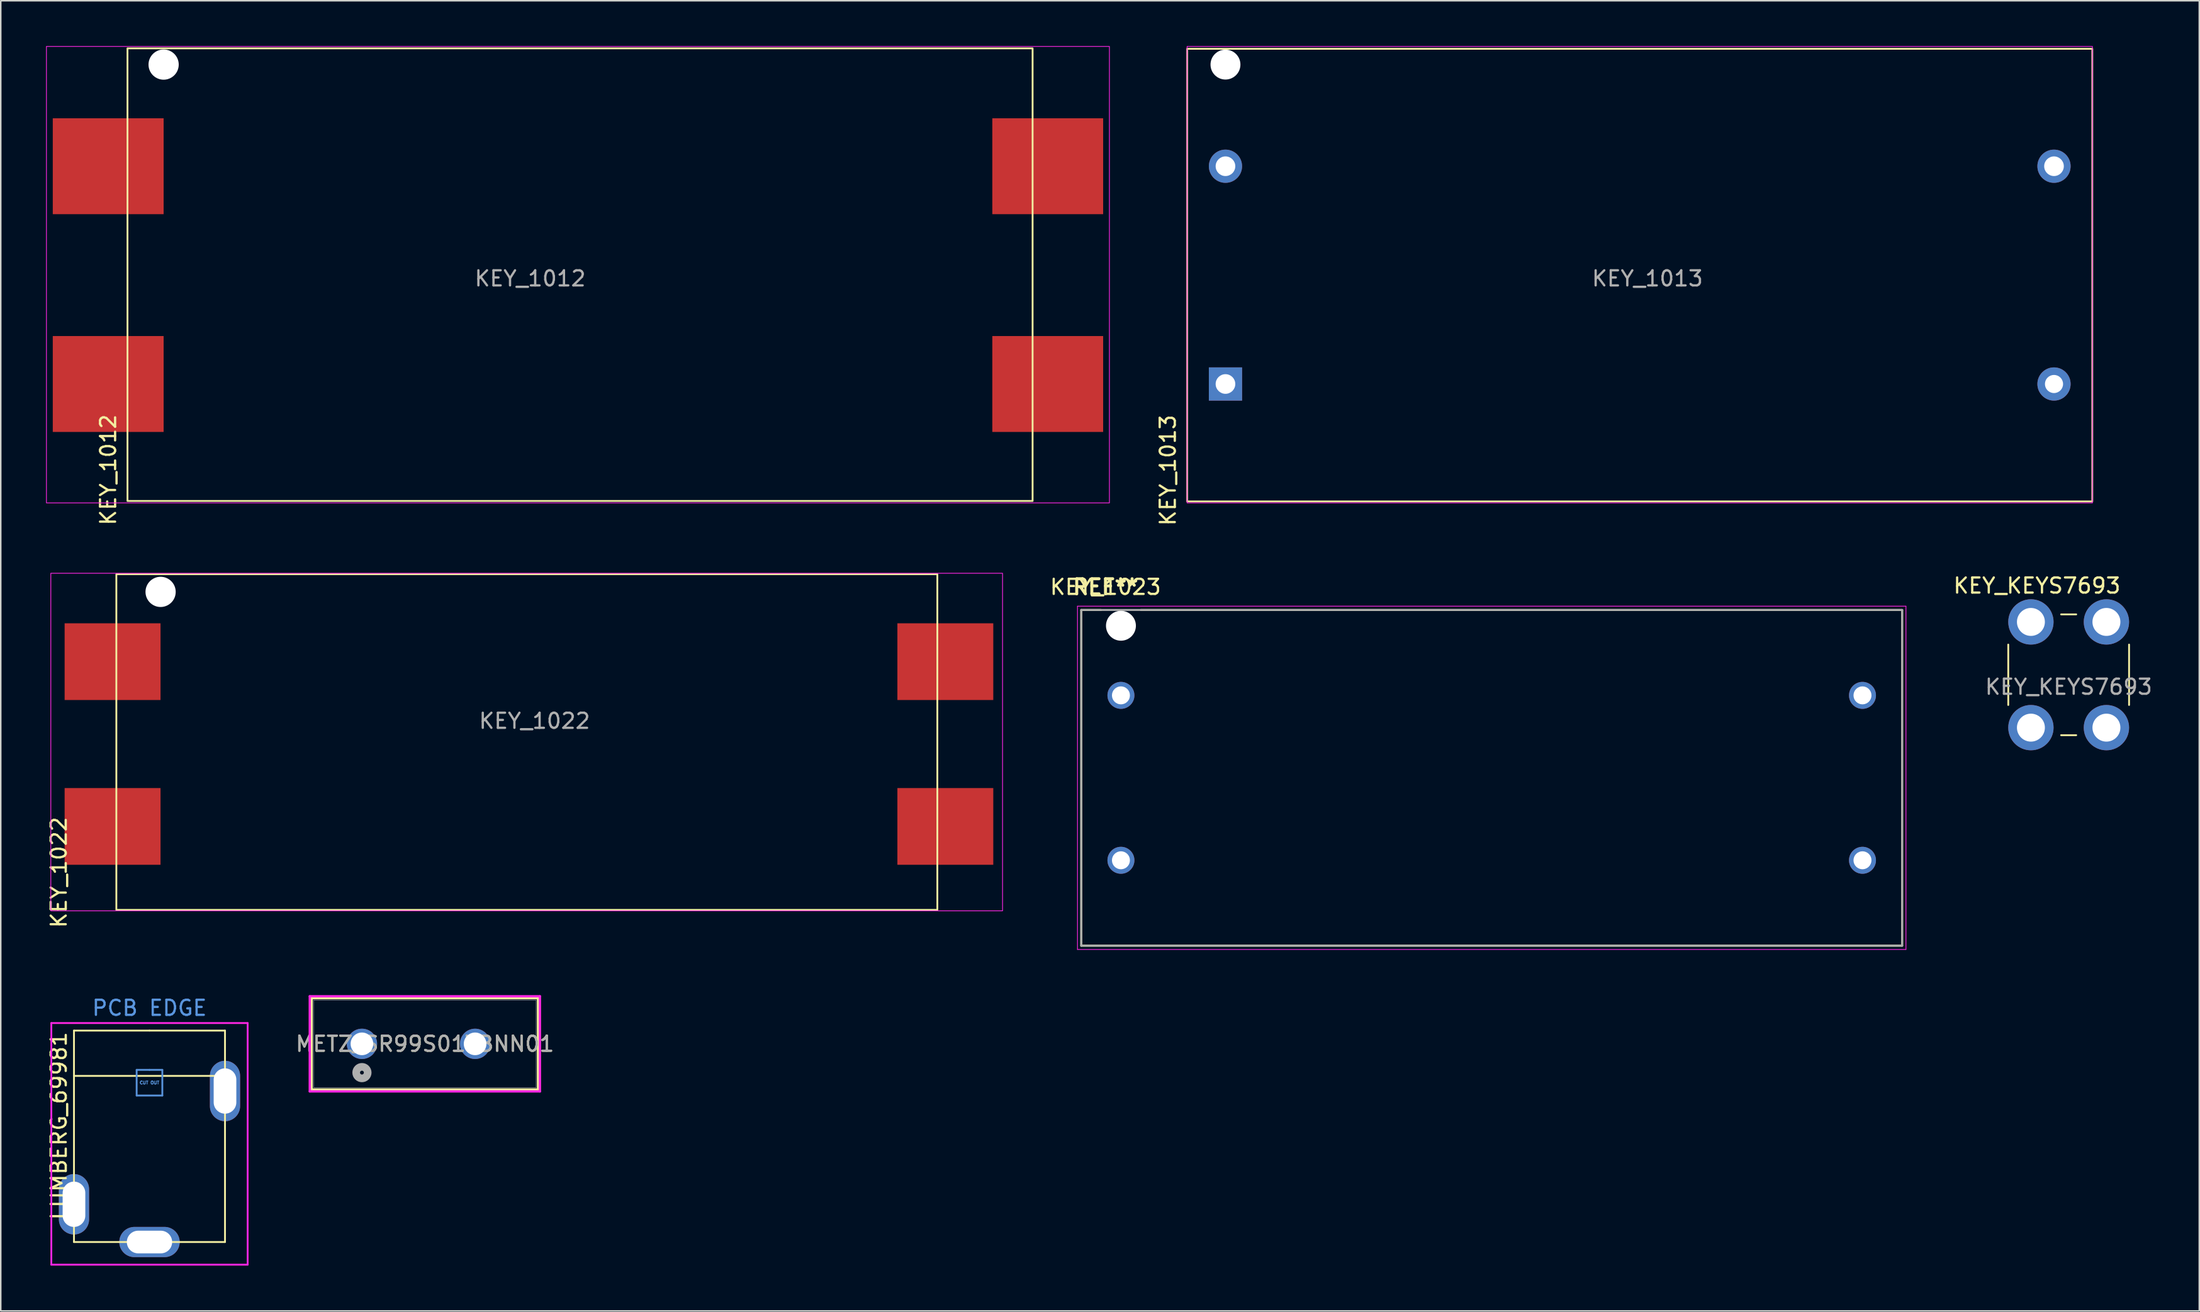
<source format=kicad_pcb>
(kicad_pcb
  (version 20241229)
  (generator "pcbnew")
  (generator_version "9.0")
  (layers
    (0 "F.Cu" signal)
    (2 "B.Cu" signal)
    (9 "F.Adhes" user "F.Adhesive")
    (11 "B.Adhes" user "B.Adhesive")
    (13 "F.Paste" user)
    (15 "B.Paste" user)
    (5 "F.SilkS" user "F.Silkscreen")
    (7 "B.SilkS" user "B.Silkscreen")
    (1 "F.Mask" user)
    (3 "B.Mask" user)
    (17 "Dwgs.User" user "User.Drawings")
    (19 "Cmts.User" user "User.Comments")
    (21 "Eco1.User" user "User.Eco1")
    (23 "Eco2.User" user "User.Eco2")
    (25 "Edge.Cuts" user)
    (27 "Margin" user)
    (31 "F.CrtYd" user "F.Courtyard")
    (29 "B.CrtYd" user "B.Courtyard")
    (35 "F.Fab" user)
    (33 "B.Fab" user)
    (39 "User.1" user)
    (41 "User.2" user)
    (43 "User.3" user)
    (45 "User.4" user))
  (footprint "METZ_SR99S01VBNN01"
    (layer "F.Cu")
    (at 20.915 66.07)
    (property "Reference" "METZ_SR99S01VBNN01" (at 4.166 0 0) (unlocked yes) (layer "F.SilkS") (effects (font (size 1 1) (thickness 0.15))))
    (attr through_hole)
    (fp_line (start -3.327 -3.023) (end -3.327 3.023) (stroke (width 0.152) (type solid)) (layer "F.SilkS"))
    (fp_line (start -3.327 3.023) (end 11.659 3.023) (stroke (width 0.152) (type solid)) (layer "F.SilkS"))
    (fp_line (start 11.659 -3.023) (end -3.327 -3.023) (stroke (width 0.152) (type solid)) (layer "F.SilkS"))
    (fp_line (start 11.659 3.023) (end 11.659 -3.023) (stroke (width 0.152) (type solid)) (layer "F.SilkS"))
    (fp_line (start -3.454 -3.15) (end -3.454 3.15) (stroke (width 0.152) (type solid)) (layer "F.CrtYd"))
    (fp_line (start -3.454 3.15) (end 11.786 3.15) (stroke (width 0.152) (type solid)) (layer "F.CrtYd"))
    (fp_line (start 11.786 -3.15) (end -3.454 -3.15) (stroke (width 0.152) (type solid)) (layer "F.CrtYd"))
    (fp_line (start 11.786 3.15) (end 11.786 -3.15) (stroke (width 0.152) (type solid)) (layer "F.CrtYd"))
    (fp_line (start -3.2 -2.896) (end -3.2 2.896) (stroke (width 0.025) (type solid)) (layer "F.Fab"))
    (fp_line (start -3.2 2.896) (end 11.532 2.896) (stroke (width 0.025) (type solid)) (layer "F.Fab"))
    (fp_line (start 11.532 -2.896) (end -3.2 -2.896) (stroke (width 0.025) (type solid)) (layer "F.Fab"))
    (fp_line (start 11.532 2.896) (end 11.532 -2.896) (stroke (width 0.025) (type solid)) (layer "F.Fab"))
    (fp_circle (center 0 1.905) (end 0.381 1.905) (stroke (width 0.508) (type solid)) (fill no) (layer "F.Fab"))
    (fp_text user "${REFERENCE}" (at 4.166 0 0) (unlocked yes) (layer "F.Fab") (effects (font (size 1 1) (thickness 0.15))))
    (pad "1" thru_hole circle (at 0 0) (size 2.007 2.007) (drill 1.499) (layers "*.Cu" "*.Mask"))
    (pad "1" thru_hole circle (at 7.493 0) (size 2.007 2.007) (drill 1.499) (layers "*.Cu" "*.Mask")))
  (footprint "KEY_1022"
    (layer "F.Cu")
    (at 4.404 51.673)
    (property "Reference" "KEY_1022" (at -3.556 3.048 90) (unlocked yes) (layer "F.SilkS") (effects (font (size 1 1) (thickness 0.15))))
    (attr smd)
    (fp_rect (start 0.25 -16.703) (end 54.61 5.527) (stroke (width 0.12) (type default)) (fill no) (layer "F.SilkS"))
    (fp_rect (start -4.089 -16.764) (end 58.928 5.588) (stroke (width 0.05) (type default)) (fill no) (layer "F.CrtYd"))
    (fp_text user "${REFERENCE}" (at 27.94 -6.985 0) (unlocked yes) (layer "F.Fab") (effects (font (size 1 1) (thickness 0.15))))
    (pad "" np_thru_hole circle (at 3.18 -15.53) (size 2 2) (drill 2) (layers "*.Cu" "*.Mask"))
    (pad "1" smd rect (at 0 0) (size 6.35 5.08) (layers "F.Cu" "F.Mask" "F.Paste"))
    (pad "2" smd rect (at 55.14 0 90) (size 5.08 6.35) (layers "F.Cu" "F.Mask" "F.Paste"))
    (pad "3" smd rect (at 55.14 -10.91 90) (size 5.08 6.35) (layers "F.Cu" "F.Mask" "F.Paste"))
    (pad "4" smd rect (at 0 -10.91) (size 6.35 5.08) (layers "F.Cu" "F.Mask" "F.Paste")))
  (footprint "KEY_1023"
    (layer "F.Cu")
    (at 95.149 47.82)
    (property "Reference" "KEY_1023" (at -25 -12 0) (unlocked yes) (layer "F.SilkS") (effects (font (size 1 1) (thickness 0.15))))
    (attr through_hole)
    (fp_line (start -26.606 -10.48) (end -25.298 -10.48) (stroke (width 0.127) (type solid)) (layer "F.SilkS"))
    (fp_line (start -26.606 11.75) (end -26.606 -10.48) (stroke (width 0.127) (type solid)) (layer "F.SilkS"))
    (fp_line (start -22.658 -10.48) (end 27.75 -10.48) (stroke (width 0.127) (type solid)) (layer "F.SilkS"))
    (fp_line (start 27.75 -10.48) (end 27.75 11.75) (stroke (width 0.127) (type solid)) (layer "F.SilkS"))
    (fp_line (start 27.75 11.75) (end -26.606 11.75) (stroke (width 0.127) (type solid)) (layer "F.SilkS"))
    (fp_line (start -26.856 -10.73) (end 28 -10.73) (stroke (width 0.05) (type solid)) (layer "F.CrtYd"))
    (fp_line (start -26.856 12) (end -26.856 -10.73) (stroke (width 0.05) (type solid)) (layer "F.CrtYd"))
    (fp_line (start 28 -10.73) (end 28 12) (stroke (width 0.05) (type solid)) (layer "F.CrtYd"))
    (fp_line (start 28 12) (end -26.856 12) (stroke (width 0.05) (type solid)) (layer "F.CrtYd"))
    (fp_line (start -26.606 -10.48) (end 27.75 -10.48) (stroke (width 0.127) (type solid)) (layer "F.Fab"))
    (fp_line (start -26.606 11.75) (end -26.606 -10.48) (stroke (width 0.127) (type solid)) (layer "F.Fab"))
    (fp_line (start 27.75 -10.48) (end 27.75 11.75) (stroke (width 0.127) (type solid)) (layer "F.Fab"))
    (fp_line (start 27.75 11.75) (end -26.606 11.75) (stroke (width 0.127) (type solid)) (layer "F.Fab"))
    (fp_text user "REF**" (at -25 -12 0) (unlocked yes) (layer "F.SilkS") (effects (font (size 1 1) (thickness 0.2) (bold yes))))
    (pad "" np_thru_hole circle (at -23.978 -9.435) (size 1.98 1.98) (drill 1.98) (layers "*.Cu" "*.Mask"))
    (pad "1" thru_hole circle (at -23.978 6.095) (size 1.785 1.785) (drill 1.19) (layers "*.Cu" "*.Mask"))
    (pad "2" thru_hole circle (at 25.122 6.095) (size 1.785 1.785) (drill 1.19) (layers "*.Cu" "*.Mask"))
    (pad "3" thru_hole circle (at 25.122 -4.825) (size 1.785 1.785) (drill 1.19) (layers "*.Cu" "*.Mask"))
    (pad "4" thru_hole circle (at -23.978 -4.825) (size 1.785 1.785) (drill 1.19) (layers "*.Cu" "*.Mask")))
  (footprint "KEY_1012"
    (layer "F.Cu")
    (at 4.114 22.377)
    (property "Reference" "KEY_1012" (at 0.002 5.685 90) (unlocked yes) (layer "F.SilkS") (effects (font (size 1 1) (thickness 0.15))))
    (attr smd)
    (fp_rect (start 1.277 -22.225) (end 61.207 7.745) (stroke (width 0.12) (type default)) (fill no) (layer "F.SilkS"))
    (fp_rect (start -4.089 -22.352) (end 66.294 7.874) (stroke (width 0.05) (type default)) (fill no) (layer "F.CrtYd"))
    (fp_text user "${REFERENCE}" (at 27.94 -6.985 0) (unlocked yes) (layer "F.Fab") (effects (font (size 1 1) (thickness 0.15))))
    (pad "" np_thru_hole circle (at 3.67 -21.15) (size 2 2) (drill 2) (layers "*.Cu" "*.Mask"))
    (pad "1" smd rect (at 0 0) (size 7.34 6.35) (layers "F.Cu" "F.Mask" "F.Paste"))
    (pad "2" smd rect (at 62.21 0) (size 7.34 6.35) (layers "F.Cu" "F.Mask" "F.Paste"))
    (pad "3" smd rect (at 62.21 -14.42) (size 7.34 6.35) (layers "F.Cu" "F.Mask" "F.Paste"))
    (pad "4" smd rect (at 0 -14.42) (size 7.34 6.35) (layers "F.Cu" "F.Mask" "F.Paste")))
  (footprint "KEY_1013"
    (layer "F.Cu")
    (at 78.092 22.377)
    (property "Reference" "KEY_1013" (at -3.81 5.715 90) (unlocked yes) (layer "F.SilkS") (effects (font (size 1 1) (thickness 0.15))))
    (attr through_hole)
    (fp_rect (start -2.535 -22.195) (end 57.395 7.775) (stroke (width 0.12) (type default)) (fill no) (layer "F.SilkS"))
    (fp_rect (start 57.404 -22.352) (end -2.54 7.874) (stroke (width 0.05) (type default)) (fill no) (layer "F.CrtYd"))
    (fp_text user "${REFERENCE}" (at 27.94 -6.985 0) (unlocked yes) (layer "F.Fab") (effects (font (size 1 1) (thickness 0.15))))
    (pad "" np_thru_hole circle (at 0 -21.15) (size 1.98 1.98) (drill 1.98) (layers "*.Cu" "*.Mask"))
    (pad "1" thru_hole rect (at 0 0) (size 2.2 2.2) (drill 1.3) (layers "*.Cu" "*.Mask"))
    (pad "2" thru_hole circle (at 54.86 0) (size 2.2 2.2) (drill 1.2) (layers "*.Cu" "*.Mask"))
    (pad "3" thru_hole circle (at 54.86 -14.42) (size 2.2 2.2) (drill 1.3) (layers "*.Cu" "*.Mask"))
    (pad "4" thru_hole circle (at 0 -14.42) (size 2.2 2.2) (drill 1.3) (layers "*.Cu" "*.Mask")))
  (footprint "KEY_KEYS7693"
    (layer "F.Cu")
    (at 131.423 38.132)
    (property "Reference" "KEY_KEYS7693" (at 0.4 -2.4 0) (unlocked yes) (layer "F.SilkS") (effects (font (size 1 1) (thickness 0.15))))
    (attr through_hole)
    (fp_line (start -1.5 5.5) (end -1.5 1.5) (stroke (width 0.12) (type default)) (layer "F.SilkS"))
    (fp_line (start 2 -0.5) (end 3 -0.5) (stroke (width 0.12) (type default)) (layer "F.SilkS"))
    (fp_line (start 2 7.5) (end 3 7.5) (stroke (width 0.12) (type default)) (layer "F.SilkS"))
    (fp_line (start 6.5 1.5) (end 6.5 5.5) (stroke (width 0.12) (type default)) (layer "F.SilkS"))
    (fp_text user "${REFERENCE}" (at 2.5 4.3 0) (unlocked yes) (layer "F.Fab") (effects (font (size 1 1) (thickness 0.15))))
    (pad "1" thru_hole circle (at 0 0) (size 3 3) (drill 1.85) (layers "*.Cu" "*.Mask"))
    (pad "1" thru_hole circle (at 0 7) (size 3 3) (drill 1.85) (layers "*.Cu" "*.Mask"))
    (pad "1" thru_hole circle (at 5 0) (size 3 3) (drill 1.85) (layers "*.Cu" "*.Mask"))
    (pad "1" thru_hole circle (at 5 7) (size 3 3) (drill 1.85) (layers "*.Cu" "*.Mask")))
  (footprint "LUMBERG_69981"
    (layer "F.Cu")
    (at 6.848 68.193)
    (property "Reference" "LUMBERG_69981" (at -6 -3 90) (layer "F.SilkS") (effects (font (size 1 1) (thickness 0.15)) (justify right)))
    (attr through_hole)
    (fp_line (start -5 -3) (end 0 -3) (stroke (width 0.12) (type solid)) (layer "F.SilkS"))
    (fp_line (start -5 0) (end 5 0) (stroke (width 0.12) (type solid)) (layer "F.SilkS"))
    (fp_line (start -5 11) (end -5 -3) (stroke (width 0.12) (type solid)) (layer "F.SilkS"))
    (fp_line (start 0 -3) (end 5 -3) (stroke (width 0.12) (type solid)) (layer "F.SilkS"))
    (fp_line (start 5 -3) (end 5 11) (stroke (width 0.12) (type solid)) (layer "F.SilkS"))
    (fp_line (start 5 11) (end -5 11) (stroke (width 0.12) (type solid)) (layer "F.SilkS"))
    (fp_line (start -0.85 -0.4) (end 0 -0.4) (stroke (width 0.12) (type solid)) (layer "Cmts.User"))
    (fp_line (start -0.85 1.3) (end -0.85 -0.4) (stroke (width 0.12) (type solid)) (layer "Cmts.User"))
    (fp_line (start 0 -0.4) (end 0.85 -0.4) (stroke (width 0.12) (type solid)) (layer "Cmts.User"))
    (fp_line (start 0.85 -0.4) (end 0.85 1.3) (stroke (width 0.12) (type solid)) (layer "Cmts.User"))
    (fp_line (start 0.85 1.3) (end -0.85 1.3) (stroke (width 0.12) (type solid)) (layer "Cmts.User"))
    (fp_line (start -6.5 -3.5) (end -6.5 12.5) (stroke (width 0.12) (type solid)) (layer "F.CrtYd"))
    (fp_line (start -6.5 -3.5) (end 6.5 -3.5) (stroke (width 0.12) (type solid)) (layer "F.CrtYd"))
    (fp_line (start -6.5 12.5) (end 6.5 12.5) (stroke (width 0.12) (type solid)) (layer "F.CrtYd"))
    (fp_line (start 6.5 12.5) (end 6.5 -3.5) (stroke (width 0.12) (type solid)) (layer "F.CrtYd"))
    (fp_text user "PCB EDGE" (at 0 -4.5 0) (layer "Cmts.User") (effects (font (size 1 1) (thickness 0.15))))
    (fp_text user "CUT OUT" (at 0 0.45 0) (layer "Cmts.User") (effects (font (size 0.2 0.2) (thickness 0.05))))
    (pad "1" thru_hole oval (at 0 11) (size 4 2) (drill oval 3 1.5) (layers "*.Cu" "*.Mask"))
    (pad "2" thru_hole oval (at -5 8.5 90) (size 4 2) (drill oval 3 1.5) (layers "*.Cu" "*.Mask"))
    (pad "2" thru_hole oval (at 5 1 90) (size 4 2) (drill oval 3 1.5) (layers "*.Cu" "*.Mask")))
  (gr_rect
    (start -3 -3)
    (end 142.572 83.753)
    (stroke (width 0.1) (type default))
    (fill no)
    (layer "Edge.Cuts")))
</source>
